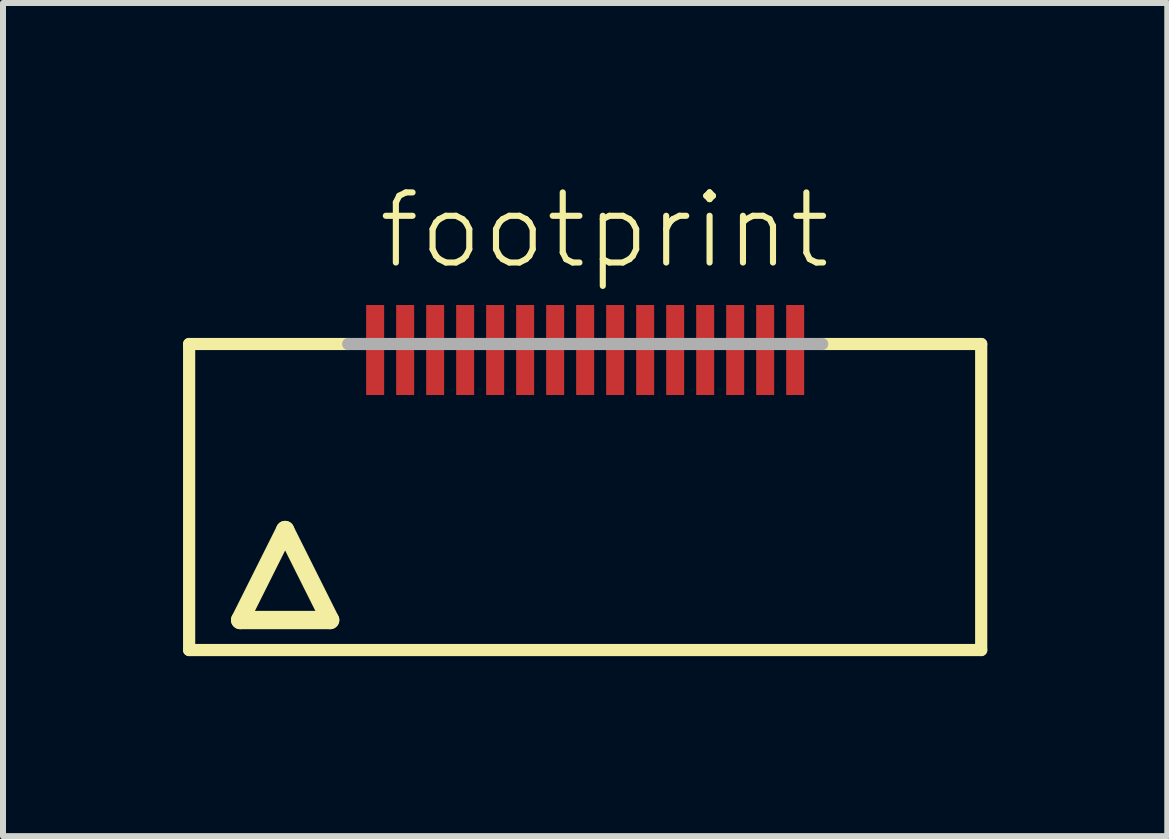
<source format=kicad_pcb>
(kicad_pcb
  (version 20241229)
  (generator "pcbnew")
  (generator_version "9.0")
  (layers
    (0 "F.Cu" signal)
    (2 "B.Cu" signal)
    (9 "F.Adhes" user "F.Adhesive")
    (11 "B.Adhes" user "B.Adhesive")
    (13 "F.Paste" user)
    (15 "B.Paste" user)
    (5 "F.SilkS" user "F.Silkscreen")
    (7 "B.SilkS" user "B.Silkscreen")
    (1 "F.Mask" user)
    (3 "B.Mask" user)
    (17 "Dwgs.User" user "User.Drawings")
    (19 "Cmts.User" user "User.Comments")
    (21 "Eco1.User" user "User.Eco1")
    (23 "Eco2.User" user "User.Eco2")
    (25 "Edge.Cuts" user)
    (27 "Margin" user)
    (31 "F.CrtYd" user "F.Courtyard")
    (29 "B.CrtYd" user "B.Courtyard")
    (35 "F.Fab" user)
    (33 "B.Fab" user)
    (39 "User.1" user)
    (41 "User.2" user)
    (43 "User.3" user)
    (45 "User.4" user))
  (footprint "footprint"
    (layer "F.Cu")
    (at 6.702 5.283)
    (property "Reference" "footprint" (at -3.5 -3.81 0) (layer "F.SilkS") (effects (font (size 1.168 1.168) (thickness 0.102)) (justify left bottom)))
    (fp_line (start -6.6 -2.6) (end -3.95 -2.6) (stroke (width 0.203) (type solid)) (layer "F.SilkS"))
    (fp_line (start -6.6 2.5) (end -6.6 -2.6) (stroke (width 0.203) (type solid)) (layer "F.SilkS"))
    (fp_line (start -5.75 2) (end -4.25 2) (stroke (width 0.305) (type solid)) (layer "F.SilkS"))
    (fp_line (start -5 0.5) (end -5.75 2) (stroke (width 0.305) (type solid)) (layer "F.SilkS"))
    (fp_line (start -4.25 2) (end -5 0.5) (stroke (width 0.305) (type solid)) (layer "F.SilkS"))
    (fp_line (start 3.95 -2.6) (end 6.6 -2.6) (stroke (width 0.203) (type solid)) (layer "F.SilkS"))
    (fp_line (start 6.6 -2.6) (end 6.6 2.5) (stroke (width 0.203) (type solid)) (layer "F.SilkS"))
    (fp_line (start 6.6 2.5) (end -6.6 2.5) (stroke (width 0.203) (type solid)) (layer "F.SilkS"))
    (fp_line (start -3.95 -2.6) (end 3.95 -2.6) (stroke (width 0.203) (type solid)) (layer "F.Fab"))
    (pad "1" smd rect (at -3.5 -2.5) (size 0.3 1.5) (layers "F.Cu" "F.Mask" "F.Paste"))
    (pad "2" smd rect (at -3 -2.5) (size 0.3 1.5) (layers "F.Cu" "F.Mask" "F.Paste"))
    (pad "3" smd rect (at -2.5 -2.5) (size 0.3 1.5) (layers "F.Cu" "F.Mask" "F.Paste"))
    (pad "4" smd rect (at -2 -2.5) (size 0.3 1.5) (layers "F.Cu" "F.Mask" "F.Paste"))
    (pad "5" smd rect (at -1.5 -2.5) (size 0.3 1.5) (layers "F.Cu" "F.Mask" "F.Paste"))
    (pad "6" smd rect (at -1 -2.5) (size 0.3 1.5) (layers "F.Cu" "F.Mask" "F.Paste"))
    (pad "7" smd rect (at -0.5 -2.5) (size 0.3 1.5) (layers "F.Cu" "F.Mask" "F.Paste"))
    (pad "8" smd rect (at 0 -2.5) (size 0.3 1.5) (layers "F.Cu" "F.Mask" "F.Paste"))
    (pad "9" smd rect (at 0.5 -2.5) (size 0.3 1.5) (layers "F.Cu" "F.Mask" "F.Paste"))
    (pad "10" smd rect (at 1 -2.5) (size 0.3 1.5) (layers "F.Cu" "F.Mask" "F.Paste"))
    (pad "11" smd rect (at 1.5 -2.5) (size 0.3 1.5) (layers "F.Cu" "F.Mask" "F.Paste"))
    (pad "12" smd rect (at 2 -2.5) (size 0.3 1.5) (layers "F.Cu" "F.Mask" "F.Paste"))
    (pad "13" smd rect (at 2.5 -2.5) (size 0.3 1.5) (layers "F.Cu" "F.Mask" "F.Paste"))
    (pad "14" smd rect (at 3 -2.5) (size 0.3 1.5) (layers "F.Cu" "F.Mask" "F.Paste"))
    (pad "15" smd rect (at 3.5 -2.5) (size 0.3 1.5) (layers "F.Cu" "F.Mask" "F.Paste")))
  (gr_rect
    (start -3 -3)
    (end 16.403 10.885)
    (stroke (width 0.1) (type default))
    (fill no)
    (layer "Edge.Cuts")))
</source>
